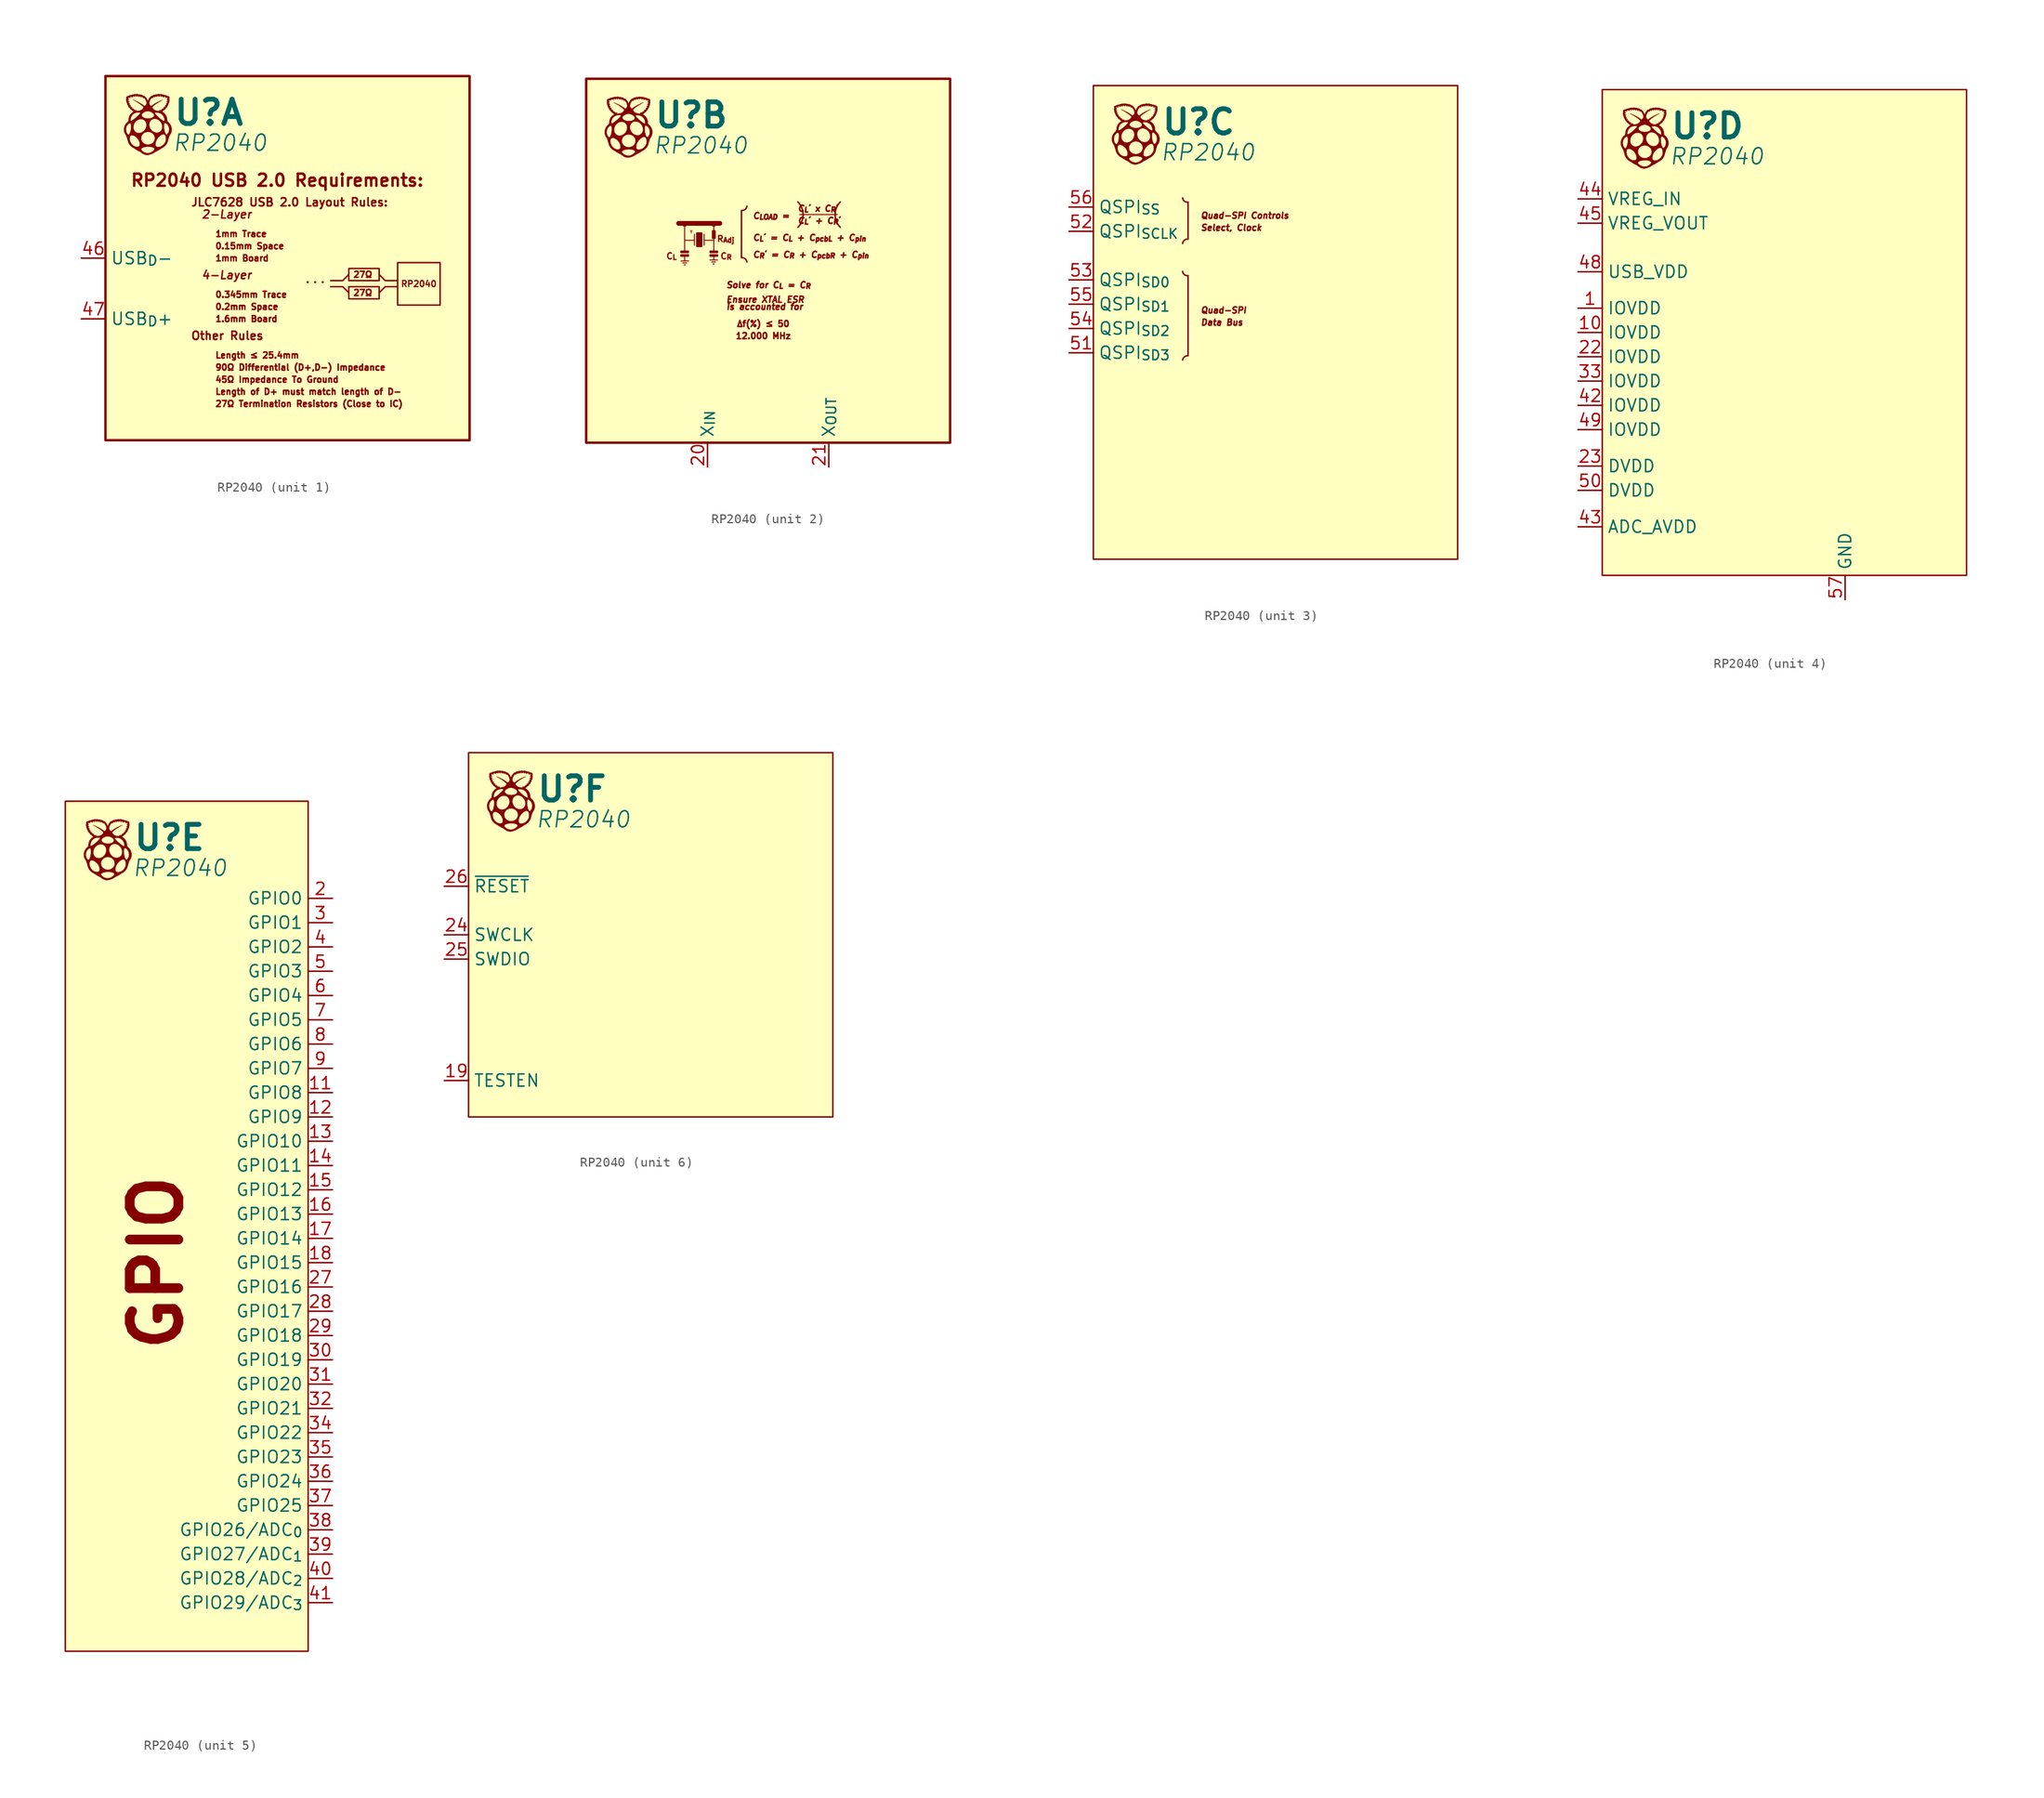
<source format=kicad_sym>
(kicad_symbol_lib
  (version 20211014)
  (generator kicad_symbol_editor)
  (symbol "RP2040"
    (property "Reference" "U"
      (at 6.985 -3.81 0)
      (effects (font (size 2.54 2.54) bold) (justify left)))
    (property "Value" "RP2040"
      (at 6.985 -6.985 0)
      (effects (font (size 1.693 1.693) italic) (justify left)))
    (property "ki_locked" ""
      (at 0 0 0)
      (effects (font (size 1.27 1.27))))
    (symbol "RP2040_0_0"
      (polyline (pts (xy 4.445 -8.255) (xy 4.526 -8.241) (xy 4.619 -8.218) (xy 4.728 -8.184) (xy 4.827 -8.149) (xy 4.951 -8.095) (xy 5.064 -8.034) (xy 5.159 -7.971) (xy 5.161 -7.969) (xy 5.218 -7.931) (xy 5.285 -7.893) (xy 5.346 -7.863) (xy 5.381 -7.847) (xy 5.497 -7.79) (xy 5.613 -7.723) (xy 5.738 -7.64) (xy 5.774 -7.616) (xy 5.838 -7.576) (xy 5.9 -7.539) (xy 5.951 -7.512) (xy 5.973 -7.5) (xy 6.1 -7.421) (xy 6.217 -7.322) (xy 6.322 -7.207) (xy 6.41 -7.079) (xy 6.422 -7.058) (xy 6.448 -7.006) (xy 6.473 -6.945) (xy 6.498 -6.883) (xy 6.518 -6.824) (xy 6.531 -6.775) (xy 6.536 -6.743) (xy 6.539 -6.73) (xy 6.548 -6.695) (xy 6.563 -6.644) (xy 6.582 -6.583) (xy 6.605 -6.514) (xy 6.622 -6.46) (xy 6.643 -6.396) (xy 6.659 -6.343) (xy 6.67 -6.304) (xy 6.673 -6.284) (xy 6.674 -6.279) (xy 6.686 -6.252) (xy 6.708 -6.215) (xy 6.737 -6.172) (xy 6.763 -6.135) (xy 6.835 -6.016) (xy 6.885 -5.899) (xy 6.917 -5.776) (xy 6.932 -5.642) (xy 6.933 -5.604) (xy 6.924 -5.452) (xy 6.892 -5.305) (xy 6.839 -5.164) (xy 6.766 -5.034) (xy 6.676 -4.917) (xy 6.568 -4.816) (xy 6.551 -4.802) (xy 6.514 -4.768) (xy 6.489 -4.735) (xy 6.473 -4.696) (xy 6.464 -4.645) (xy 6.457 -4.575) (xy 6.451 -4.504) (xy 6.423 -4.348) (xy 6.377 -4.206) (xy 6.311 -4.079) (xy 6.223 -3.962) (xy 6.114 -3.855) (xy 5.982 -3.755) (xy 5.965 -3.744) (xy 5.933 -3.72) (xy 5.914 -3.703) (xy 5.913 -3.697) (xy 5.926 -3.694) (xy 5.958 -3.683) (xy 5.996 -3.667) (xy 6.024 -3.653) (xy 6.061 -3.624) (xy 6.086 -3.588) (xy 6.096 -3.571) (xy 6.124 -3.54) (xy 6.167 -3.517) (xy 6.206 -3.498) (xy 6.252 -3.461) (xy 6.288 -3.418) (xy 6.307 -3.375) (xy 6.309 -3.37) (xy 6.328 -3.339) (xy 6.362 -3.309) (xy 6.368 -3.304) (xy 6.424 -3.252) (xy 6.464 -3.195) (xy 6.483 -3.136) (xy 6.485 -3.125) (xy 6.492 -3.097) (xy 6.501 -3.086) (xy 6.507 -3.083) (xy 6.526 -3.064) (xy 6.549 -3.034) (xy 6.557 -3.023) (xy 6.58 -2.977) (xy 6.586 -2.93) (xy 6.588 -2.904) (xy 6.602 -2.858) (xy 6.631 -2.804) (xy 6.65 -2.771) (xy 6.665 -2.737) (xy 6.67 -2.708) (xy 6.668 -2.675) (xy 6.666 -2.654) (xy 6.67 -2.615) (xy 6.686 -2.581) (xy 6.702 -2.546) (xy 6.71 -2.494) (xy 6.707 -2.443) (xy 6.691 -2.402) (xy 6.691 -2.402) (xy 6.679 -2.38) (xy 6.678 -2.356) (xy 6.686 -2.319) (xy 6.696 -2.255) (xy 6.684 -2.195) (xy 6.652 -2.147) (xy 6.628 -2.131) (xy 6.589 -2.112) (xy 6.546 -2.099) (xy 6.509 -2.092) (xy 6.485 -2.096) (xy 6.482 -2.097) (xy 6.463 -2.091) (xy 6.439 -2.072) (xy 6.4 -2.042) (xy 6.328 -2.012) (xy 6.244 -2.001) (xy 6.214 -2) (xy 6.17 -1.991) (xy 6.13 -1.97) (xy 6.085 -1.947) (xy 6.026 -1.939) (xy 6.023 -1.939) (xy 5.969 -1.931) (xy 5.919 -1.914) (xy 5.868 -1.896) (xy 5.797 -1.89) (xy 5.729 -1.902) (xy 5.722 -1.905) (xy 5.688 -1.909) (xy 5.653 -1.896) (xy 5.613 -1.882) (xy 5.546 -1.879) (xy 5.474 -1.9) (xy 5.468 -1.902) (xy 5.414 -1.917) (xy 5.351 -1.917) (xy 5.316 -1.915) (xy 5.272 -1.921) (xy 5.23 -1.938) (xy 5.187 -1.954) (xy 5.112 -1.964) (xy 5.076 -1.966) (xy 5.032 -1.976) (xy 4.986 -2.001) (xy 4.962 -2.017) (xy 4.934 -2.041) (xy 4.92 -2.057) (xy 4.904 -2.071) (xy 4.867 -2.076) (xy 4.867 -2.076) (xy 4.824 -2.083) (xy 4.785 -2.099) (xy 4.776 -2.105) (xy 4.709 -2.158) (xy 4.643 -2.231) (xy 4.579 -2.317) (xy 4.521 -2.412) (xy 4.474 -2.512) (xy 4.434 -2.608) (xy 4.399 -2.52) (xy 4.374 -2.463) (xy 4.319 -2.361) (xy 4.256 -2.267) (xy 4.191 -2.189) (xy 4.189 -2.187) (xy 4.133 -2.135) (xy 4.086 -2.1) (xy 4.044 -2.082) (xy 4.002 -2.076) (xy 3.966 -2.071) (xy 3.947 -2.058) (xy 3.94 -2.048) (xy 3.917 -2.026) (xy 3.883 -2.002) (xy 3.85 -1.982) (xy 3.809 -1.968) (xy 3.759 -1.964) (xy 3.709 -1.96) (xy 3.641 -1.938) (xy 3.613 -1.925) (xy 3.572 -1.916) (xy 3.52 -1.917) (xy 3.512 -1.918) (xy 3.451 -1.916) (xy 3.396 -1.9) (xy 3.347 -1.883) (xy 3.279 -1.878) (xy 3.218 -1.896) (xy 3.211 -1.899) (xy 3.177 -1.909) (xy 3.142 -1.902) (xy 3.087 -1.891) (xy 3.016 -1.893) (xy 2.951 -1.914) (xy 2.949 -1.915) (xy 2.898 -1.932) (xy 2.845 -1.939) (xy 2.793 -1.945) (xy 2.741 -1.97) (xy 2.719 -1.983) (xy 2.679 -1.997) (xy 2.626 -2.001) (xy 2.571 -2.006) (xy 2.495 -2.028) (xy 2.434 -2.069) (xy 2.408 -2.087) (xy 2.361 -2.099) (xy 2.33 -2.101) (xy 2.264 -2.119) (xy 2.215 -2.152) (xy 2.184 -2.2) (xy 2.173 -2.258) (xy 2.184 -2.325) (xy 2.193 -2.355) (xy 2.192 -2.379) (xy 2.18 -2.402) (xy 2.166 -2.433) (xy 2.16 -2.484) (xy 2.162 -2.497) (xy 2.334 -2.497) (xy 2.337 -2.495) (xy 2.357 -2.493) (xy 2.39 -2.496) (xy 2.405 -2.498) (xy 2.432 -2.499) (xy 2.444 -2.493) (xy 2.446 -2.477) (xy 2.446 -2.473) (xy 2.437 -2.445) (xy 2.42 -2.404) (xy 2.398 -2.357) (xy 2.349 -2.263) (xy 2.485 -2.263) (xy 2.532 -2.263) (xy 2.578 -2.261) (xy 2.609 -2.258) (xy 2.621 -2.254) (xy 2.621 -2.252) (xy 2.61 -2.236) (xy 2.588 -2.212) (xy 2.556 -2.178) (xy 2.604 -2.168) (xy 2.631 -2.166) (xy 2.683 -2.168) (xy 2.74 -2.175) (xy 2.787 -2.184) (xy 2.831 -2.192) (xy 2.861 -2.197) (xy 2.882 -2.198) (xy 2.895 -2.185) (xy 2.891 -2.161) (xy 2.867 -2.129) (xy 2.839 -2.099) (xy 2.889 -2.108) (xy 2.919 -2.114) (xy 2.969 -2.126) (xy 3.02 -2.139) (xy 3.075 -2.152) (xy 3.109 -2.153) (xy 3.122 -2.143) (xy 3.112 -2.121) (xy 3.081 -2.087) (xy 3.071 -2.077) (xy 3.055 -2.058) (xy 3.055 -2.051) (xy 3.067 -2.053) (xy 3.102 -2.062) (xy 3.148 -2.077) (xy 3.198 -2.095) (xy 3.244 -2.114) (xy 3.278 -2.131) (xy 3.296 -2.14) (xy 3.323 -2.152) (xy 3.337 -2.154) (xy 3.339 -2.152) (xy 3.345 -2.128) (xy 3.34 -2.099) (xy 3.326 -2.076) (xy 3.315 -2.066) (xy 3.307 -2.049) (xy 3.308 -2.047) (xy 3.325 -2.049) (xy 3.354 -2.062) (xy 3.392 -2.084) (xy 3.434 -2.111) (xy 3.475 -2.141) (xy 3.479 -2.144) (xy 3.511 -2.169) (xy 3.531 -2.18) (xy 3.543 -2.179) (xy 3.554 -2.167) (xy 3.563 -2.146) (xy 3.563 -2.11) (xy 3.56 -2.09) (xy 3.565 -2.082) (xy 3.583 -2.09) (xy 3.584 -2.09) (xy 3.607 -2.107) (xy 3.64 -2.135) (xy 3.677 -2.169) (xy 3.7 -2.191) (xy 3.726 -2.215) (xy 3.742 -2.224) (xy 3.752 -2.221) (xy 3.762 -2.209) (xy 3.771 -2.19) (xy 3.772 -2.154) (xy 3.769 -2.14) (xy 3.772 -2.13) (xy 3.789 -2.136) (xy 3.796 -2.141) (xy 3.821 -2.163) (xy 3.854 -2.197) (xy 3.891 -2.237) (xy 3.911 -2.259) (xy 3.944 -2.293) (xy 3.969 -2.317) (xy 3.982 -2.325) (xy 3.982 -2.325) (xy 3.992 -2.314) (xy 4.001 -2.288) (xy 4.001 -2.287) (xy 4.009 -2.261) (xy 4.019 -2.251) (xy 4.021 -2.251) (xy 4.039 -2.266) (xy 4.065 -2.296) (xy 4.098 -2.339) (xy 4.133 -2.389) (xy 4.168 -2.442) (xy 4.199 -2.494) (xy 4.224 -2.54) (xy 4.241 -2.578) (xy 4.281 -2.69) (xy 4.298 -2.792) (xy 4.295 -2.845) (xy 4.588 -2.845) (xy 4.592 -2.751) (xy 4.615 -2.651) (xy 4.657 -2.545) (xy 4.716 -2.437) (xy 4.793 -2.329) (xy 4.801 -2.318) (xy 4.831 -2.284) (xy 4.854 -2.26) (xy 4.866 -2.251) (xy 4.866 -2.251) (xy 4.875 -2.262) (xy 4.884 -2.288) (xy 4.893 -2.316) (xy 4.901 -2.33) (xy 4.904 -2.33) (xy 4.92 -2.317) (xy 4.946 -2.291) (xy 4.978 -2.255) (xy 4.987 -2.245) (xy 5.023 -2.204) (xy 5.056 -2.17) (xy 5.081 -2.149) (xy 5.115 -2.124) (xy 5.115 -2.166) (xy 5.118 -2.203) (xy 5.13 -2.223) (xy 5.151 -2.22) (xy 5.181 -2.193) (xy 5.193 -2.18) (xy 5.232 -2.144) (xy 5.272 -2.112) (xy 5.327 -2.075) (xy 5.32 -2.11) (xy 5.319 -2.135) (xy 5.331 -2.169) (xy 5.341 -2.181) (xy 5.353 -2.184) (xy 5.37 -2.174) (xy 5.4 -2.149) (xy 5.43 -2.126) (xy 5.469 -2.099) (xy 5.508 -2.075) (xy 5.543 -2.056) (xy 5.567 -2.047) (xy 5.576 -2.049) (xy 5.573 -2.058) (xy 5.558 -2.076) (xy 5.556 -2.078) (xy 5.543 -2.102) (xy 5.539 -2.132) (xy 5.546 -2.154) (xy 5.556 -2.154) (xy 5.583 -2.144) (xy 5.618 -2.126) (xy 5.655 -2.108) (xy 5.704 -2.087) (xy 5.756 -2.069) (xy 5.8 -2.056) (xy 5.83 -2.051) (xy 5.832 -2.053) (xy 5.824 -2.067) (xy 5.803 -2.09) (xy 5.802 -2.091) (xy 5.772 -2.124) (xy 5.763 -2.145) (xy 5.774 -2.155) (xy 5.808 -2.152) (xy 5.864 -2.139) (xy 5.904 -2.129) (xy 5.955 -2.116) (xy 5.994 -2.108) (xy 6.044 -2.099) (xy 6.016 -2.129) (xy 5.999 -2.15) (xy 5.988 -2.181) (xy 5.994 -2.203) (xy 5.994 -2.203) (xy 6.009 -2.203) (xy 6.042 -2.197) (xy 6.084 -2.187) (xy 6.117 -2.179) (xy 6.179 -2.169) (xy 6.235 -2.165) (xy 6.281 -2.166) (xy 6.309 -2.174) (xy 6.313 -2.177) (xy 6.313 -2.191) (xy 6.293 -2.213) (xy 6.291 -2.216) (xy 6.27 -2.238) (xy 6.262 -2.253) (xy 6.271 -2.256) (xy 6.3 -2.26) (xy 6.344 -2.262) (xy 6.399 -2.263) (xy 6.447 -2.264) (xy 6.493 -2.265) (xy 6.525 -2.268) (xy 6.536 -2.271) (xy 6.536 -2.272) (xy 6.528 -2.288) (xy 6.511 -2.313) (xy 6.507 -2.32) (xy 6.482 -2.362) (xy 6.46 -2.408) (xy 6.443 -2.45) (xy 6.437 -2.48) (xy 6.437 -2.484) (xy 6.442 -2.496) (xy 6.458 -2.499) (xy 6.493 -2.496) (xy 6.51 -2.494) (xy 6.538 -2.493) (xy 6.549 -2.496) (xy 6.548 -2.5) (xy 6.536 -2.526) (xy 6.51 -2.562) (xy 6.475 -2.6) (xy 6.436 -2.637) (xy 6.405 -2.663) (xy 6.387 -2.683) (xy 6.384 -2.694) (xy 6.393 -2.703) (xy 6.397 -2.704) (xy 6.426 -2.71) (xy 6.463 -2.708) (xy 6.474 -2.707) (xy 6.498 -2.705) (xy 6.504 -2.712) (xy 6.497 -2.729) (xy 6.493 -2.734) (xy 6.473 -2.759) (xy 6.441 -2.793) (xy 6.404 -2.831) (xy 6.388 -2.846) (xy 6.356 -2.878) (xy 6.333 -2.903) (xy 6.324 -2.915) (xy 6.326 -2.917) (xy 6.343 -2.922) (xy 6.374 -2.924) (xy 6.386 -2.924) (xy 6.413 -2.928) (xy 6.424 -2.935) (xy 6.424 -2.936) (xy 6.413 -2.95) (xy 6.388 -2.974) (xy 6.353 -3.004) (xy 6.315 -3.035) (xy 6.278 -3.063) (xy 6.248 -3.083) (xy 6.245 -3.084) (xy 6.222 -3.101) (xy 6.212 -3.112) (xy 6.214 -3.115) (xy 6.233 -3.122) (xy 6.265 -3.129) (xy 6.318 -3.138) (xy 6.275 -3.175) (xy 6.272 -3.177) (xy 6.237 -3.202) (xy 6.19 -3.231) (xy 6.141 -3.258) (xy 6.127 -3.265) (xy 6.088 -3.287) (xy 6.061 -3.304) (xy 6.05 -3.313) (xy 6.052 -3.316) (xy 6.071 -3.324) (xy 6.103 -3.333) (xy 6.156 -3.344) (xy 6.077 -3.383) (xy 6.034 -3.402) (xy 5.98 -3.423) (xy 5.936 -3.437) (xy 5.901 -3.448) (xy 5.879 -3.463) (xy 5.882 -3.479) (xy 5.91 -3.497) (xy 5.944 -3.513) (xy 5.907 -3.53) (xy 5.882 -3.537) (xy 5.837 -3.547) (xy 5.788 -3.553) (xy 5.776 -3.554) (xy 5.708 -3.562) (xy 5.662 -3.569) (xy 5.635 -3.577) (xy 5.627 -3.587) (xy 5.633 -3.601) (xy 5.651 -3.619) (xy 5.668 -3.635) (xy 5.676 -3.65) (xy 5.675 -3.652) (xy 5.66 -3.657) (xy 5.625 -3.658) (xy 5.568 -3.654) (xy 5.487 -3.646) (xy 5.361 -3.626) (xy 5.231 -3.588) (xy 5.119 -3.534) (xy 5.027 -3.464) (xy 5 -3.436) (xy 4.964 -3.389) (xy 4.933 -3.34) (xy 4.911 -3.294) (xy 4.903 -3.26) (xy 4.905 -3.253) (xy 4.922 -3.228) (xy 4.955 -3.192) (xy 4.999 -3.149) (xy 5.052 -3.101) (xy 5.111 -3.051) (xy 5.172 -3.003) (xy 5.23 -2.96) (xy 5.331 -2.888) (xy 5.436 -2.818) (xy 5.549 -2.748) (xy 5.675 -2.673) (xy 5.819 -2.591) (xy 5.87 -2.563) (xy 5.923 -2.533) (xy 5.964 -2.509) (xy 5.989 -2.493) (xy 5.996 -2.488) (xy 5.992 -2.489) (xy 5.967 -2.497) (xy 5.925 -2.513) (xy 5.871 -2.533) (xy 5.809 -2.558) (xy 5.788 -2.566) (xy 5.611 -2.642) (xy 5.436 -2.727) (xy 5.267 -2.818) (xy 5.108 -2.912) (xy 4.965 -3.007) (xy 4.842 -3.1) (xy 4.829 -3.11) (xy 4.806 -3.125) (xy 4.787 -3.126) (xy 4.764 -3.116) (xy 4.756 -3.112) (xy 4.721 -3.089) (xy 4.686 -3.061) (xy 4.637 -3.004) (xy 4.603 -2.93) (xy 4.588 -2.845) (xy 4.295 -2.845) (xy 4.293 -2.886) (xy 4.266 -2.969) (xy 4.216 -3.041) (xy 4.145 -3.102) (xy 4.092 -3.138) (xy 3.977 -3.051) (xy 3.888 -2.987) (xy 3.704 -2.869) (xy 3.503 -2.756) (xy 3.292 -2.651) (xy 3.074 -2.558) (xy 3.041 -2.545) (xy 2.983 -2.522) (xy 2.935 -2.504) (xy 2.901 -2.492) (xy 2.887 -2.488) (xy 2.891 -2.492) (xy 2.914 -2.506) (xy 2.952 -2.529) (xy 3.003 -2.558) (xy 3.064 -2.591) (xy 3.111 -2.618) (xy 3.288 -2.72) (xy 3.444 -2.816) (xy 3.582 -2.908) (xy 3.704 -2.997) (xy 3.812 -3.084) (xy 3.909 -3.172) (xy 3.917 -3.18) (xy 3.949 -3.215) (xy 3.972 -3.243) (xy 3.98 -3.261) (xy 3.975 -3.286) (xy 3.956 -3.33) (xy 3.926 -3.379) (xy 3.889 -3.428) (xy 3.85 -3.47) (xy 3.801 -3.51) (xy 3.719 -3.561) (xy 3.624 -3.599) (xy 3.512 -3.628) (xy 3.38 -3.647) (xy 3.347 -3.65) (xy 3.287 -3.656) (xy 3.247 -3.659) (xy 3.222 -3.658) (xy 3.21 -3.654) (xy 3.207 -3.648) (xy 3.212 -3.638) (xy 3.232 -3.622) (xy 3.253 -3.606) (xy 3.258 -3.589) (xy 3.24 -3.574) (xy 3.204 -3.564) (xy 3.151 -3.56) (xy 3.135 -3.559) (xy 3.094 -3.554) (xy 3.047 -3.546) (xy 3.003 -3.536) (xy 2.968 -3.527) (xy 2.95 -3.519) (xy 2.949 -3.517) (xy 2.959 -3.506) (xy 2.983 -3.491) (xy 3 -3.482) (xy 3.012 -3.469) (xy 3.005 -3.457) (xy 2.977 -3.445) (xy 2.927 -3.429) (xy 2.897 -3.42) (xy 2.839 -3.398) (xy 2.79 -3.376) (xy 2.727 -3.343) (xy 2.78 -3.332) (xy 2.794 -3.329) (xy 2.822 -3.32) (xy 2.833 -3.313) (xy 2.831 -3.311) (xy 2.814 -3.298) (xy 2.782 -3.278) (xy 2.739 -3.255) (xy 2.73 -3.25) (xy 2.68 -3.222) (xy 2.636 -3.194) (xy 2.605 -3.172) (xy 2.565 -3.138) (xy 2.618 -3.129) (xy 2.632 -3.126) (xy 2.66 -3.119) (xy 2.671 -3.112) (xy 2.671 -3.111) (xy 2.66 -3.099) (xy 2.636 -3.083) (xy 2.633 -3.081) (xy 2.601 -3.06) (xy 2.564 -3.032) (xy 2.526 -3.001) (xy 2.492 -2.971) (xy 2.468 -2.948) (xy 2.459 -2.935) (xy 2.46 -2.933) (xy 2.478 -2.926) (xy 2.509 -2.924) (xy 2.52 -2.924) (xy 2.548 -2.92) (xy 2.559 -2.914) (xy 2.557 -2.911) (xy 2.542 -2.893) (xy 2.515 -2.864) (xy 2.48 -2.83) (xy 2.467 -2.818) (xy 2.43 -2.781) (xy 2.402 -2.749) (xy 2.386 -2.728) (xy 2.378 -2.71) (xy 2.383 -2.704) (xy 2.408 -2.708) (xy 2.441 -2.71) (xy 2.48 -2.706) (xy 2.515 -2.697) (xy 2.448 -2.636) (xy 2.406 -2.596) (xy 2.369 -2.555) (xy 2.344 -2.52) (xy 2.334 -2.497) (xy 2.162 -2.497) (xy 2.166 -2.538) (xy 2.184 -2.584) (xy 2.188 -2.59) (xy 2.203 -2.63) (xy 2.202 -2.678) (xy 2.2 -2.7) (xy 2.203 -2.729) (xy 2.215 -2.761) (xy 2.24 -2.804) (xy 2.259 -2.838) (xy 2.279 -2.886) (xy 2.284 -2.93) (xy 2.285 -2.941) (xy 2.295 -2.987) (xy 2.322 -3.034) (xy 2.336 -3.053) (xy 2.357 -3.077) (xy 2.37 -3.086) (xy 2.373 -3.087) (xy 2.381 -3.105) (xy 2.388 -3.136) (xy 2.389 -3.143) (xy 2.41 -3.201) (xy 2.452 -3.258) (xy 2.509 -3.309) (xy 2.516 -3.314) (xy 2.547 -3.345) (xy 2.563 -3.375) (xy 2.576 -3.407) (xy 2.609 -3.451) (xy 2.654 -3.49) (xy 2.704 -3.517) (xy 2.723 -3.526) (xy 2.759 -3.55) (xy 2.785 -3.588) (xy 2.797 -3.609) (xy 2.828 -3.64) (xy 2.874 -3.667) (xy 2.902 -3.679) (xy 2.937 -3.692) (xy 2.958 -3.697) (xy 2.958 -3.701) (xy 2.943 -3.715) (xy 2.913 -3.739) (xy 2.871 -3.768) (xy 2.816 -3.807) (xy 2.699 -3.906) (xy 2.603 -4.014) (xy 2.528 -4.134) (xy 2.472 -4.268) (xy 2.434 -4.416) (xy 2.413 -4.582) (xy 2.413 -4.593) (xy 2.407 -4.643) (xy 2.623 -4.643) (xy 2.624 -4.604) (xy 2.627 -4.555) (xy 2.644 -4.432) (xy 2.684 -4.293) (xy 2.743 -4.17) (xy 2.82 -4.062) (xy 2.914 -3.973) (xy 3.023 -3.901) (xy 3.148 -3.848) (xy 3.286 -3.816) (xy 3.438 -3.804) (xy 3.452 -3.804) (xy 3.528 -3.805) (xy 3.583 -3.809) (xy 3.618 -3.817) (xy 3.638 -3.828) (xy 3.643 -3.844) (xy 3.643 -3.85) (xy 3.629 -3.886) (xy 3.598 -3.934) (xy 3.551 -3.992) (xy 3.503 -4.046) (xy 3.785 -4.046) (xy 3.797 -4.009) (xy 3.834 -3.948) (xy 3.889 -3.888) (xy 3.961 -3.831) (xy 4.044 -3.78) (xy 4.135 -3.736) (xy 4.231 -3.703) (xy 4.327 -3.68) (xy 4.42 -3.672) (xy 4.459 -3.674) (xy 4.562 -3.689) (xy 4.671 -3.72) (xy 4.778 -3.762) (xy 4.875 -3.814) (xy 4.944 -3.864) (xy 5.159 -3.864) (xy 5.164 -3.843) (xy 5.171 -3.839) (xy 5.203 -3.832) (xy 5.254 -3.827) (xy 5.321 -3.824) (xy 5.437 -3.825) (xy 5.549 -3.838) (xy 5.654 -3.866) (xy 5.76 -3.91) (xy 5.838 -3.955) (xy 5.937 -4.033) (xy 6.021 -4.129) (xy 6.088 -4.238) (xy 6.137 -4.357) (xy 6.166 -4.482) (xy 6.172 -4.612) (xy 6.171 -4.63) (xy 6.167 -4.672) (xy 6.16 -4.695) (xy 6.15 -4.703) (xy 6.136 -4.703) (xy 6.091 -4.692) (xy 6.032 -4.664) (xy 5.961 -4.623) (xy 5.88 -4.568) (xy 5.791 -4.503) (xy 5.696 -4.427) (xy 5.598 -4.344) (xy 5.499 -4.254) (xy 5.4 -4.159) (xy 5.328 -4.085) (xy 5.257 -4.008) (xy 5.205 -3.946) (xy 5.172 -3.898) (xy 5.159 -3.864) (xy 4.944 -3.864) (xy 4.957 -3.873) (xy 5.007 -3.924) (xy 5.051 -3.986) (xy 5.079 -4.047) (xy 5.09 -4.102) (xy 5.089 -4.116) (xy 5.072 -4.18) (xy 5.032 -4.241) (xy 4.972 -4.297) (xy 4.95 -4.313) (xy 4.872 -4.356) (xy 4.78 -4.389) (xy 4.669 -4.414) (xy 4.666 -4.415) (xy 4.524 -4.431) (xy 4.381 -4.43) (xy 4.242 -4.414) (xy 4.114 -4.383) (xy 4.001 -4.337) (xy 3.968 -4.319) (xy 3.902 -4.27) (xy 3.848 -4.215) (xy 3.808 -4.157) (xy 3.787 -4.099) (xy 3.785 -4.046) (xy 3.503 -4.046) (xy 3.492 -4.058) (xy 3.423 -4.129) (xy 3.345 -4.204) (xy 3.261 -4.28) (xy 3.174 -4.355) (xy 3.086 -4.428) (xy 2.999 -4.495) (xy 2.915 -4.555) (xy 2.838 -4.606) (xy 2.768 -4.646) (xy 2.739 -4.659) (xy 2.687 -4.678) (xy 2.648 -4.681) (xy 2.627 -4.668) (xy 2.626 -4.666) (xy 2.623 -4.643) (xy 2.407 -4.643) (xy 2.406 -4.659) (xy 2.394 -4.707) (xy 2.376 -4.745) (xy 2.346 -4.779) (xy 2.303 -4.816) (xy 2.279 -4.835) (xy 2.174 -4.941) (xy 2.086 -5.061) (xy 2.018 -5.195) (xy 1.969 -5.338) (xy 1.943 -5.488) (xy 1.942 -5.527) (xy 2.151 -5.527) (xy 2.167 -5.397) (xy 2.203 -5.279) (xy 2.261 -5.171) (xy 2.34 -5.071) (xy 2.347 -5.063) (xy 2.419 -4.994) (xy 2.481 -4.947) (xy 2.535 -4.923) (xy 2.579 -4.921) (xy 2.612 -4.941) (xy 2.639 -4.983) (xy 2.661 -5.049) (xy 2.675 -5.132) (xy 2.681 -5.227) (xy 2.681 -5.333) (xy 2.679 -5.359) (xy 2.923 -5.359) (xy 2.933 -5.232) (xy 2.963 -5.102) (xy 3.016 -4.97) (xy 3.032 -4.938) (xy 3.06 -4.887) (xy 3.091 -4.843) (xy 3.129 -4.798) (xy 3.181 -4.745) (xy 3.263 -4.67) (xy 3.368 -4.597) (xy 3.477 -4.546) (xy 3.592 -4.517) (xy 3.717 -4.508) (xy 3.771 -4.51) (xy 3.887 -4.531) (xy 3.991 -4.574) (xy 4.083 -4.638) (xy 4.161 -4.721) (xy 4.223 -4.824) (xy 4.231 -4.841) (xy 4.272 -4.963) (xy 4.286 -5.063) (xy 4.582 -5.063) (xy 4.598 -4.938) (xy 4.626 -4.84) (xy 4.678 -4.735) (xy 4.747 -4.644) (xy 4.831 -4.571) (xy 4.929 -4.516) (xy 5.037 -4.482) (xy 5.155 -4.47) (xy 5.214 -4.472) (xy 5.299 -4.484) (xy 5.383 -4.508) (xy 5.476 -4.548) (xy 5.492 -4.555) (xy 5.543 -4.583) (xy 5.588 -4.614) (xy 5.634 -4.653) (xy 5.689 -4.706) (xy 5.712 -4.729) (xy 5.758 -4.779) (xy 5.793 -4.824) (xy 5.823 -4.872) (xy 5.853 -4.931) (xy 5.859 -4.944) (xy 5.913 -5.08) (xy 5.941 -5.203) (xy 6.127 -5.203) (xy 6.129 -5.147) (xy 6.133 -5.088) (xy 6.139 -5.044) (xy 6.147 -5.009) (xy 6.159 -4.978) (xy 6.159 -4.978) (xy 6.188 -4.929) (xy 6.22 -4.903) (xy 6.258 -4.899) (xy 6.305 -4.918) (xy 6.32 -4.926) (xy 6.377 -4.967) (xy 6.437 -5.022) (xy 6.494 -5.084) (xy 6.542 -5.146) (xy 6.596 -5.246) (xy 6.635 -5.362) (xy 6.656 -5.485) (xy 6.659 -5.611) (xy 6.643 -5.734) (xy 6.61 -5.852) (xy 6.559 -5.959) (xy 6.491 -6.053) (xy 6.469 -6.077) (xy 6.429 -6.108) (xy 6.394 -6.117) (xy 6.36 -6.104) (xy 6.324 -6.07) (xy 6.322 -6.067) (xy 6.284 -6.014) (xy 6.25 -5.945) (xy 6.218 -5.858) (xy 6.187 -5.748) (xy 6.177 -5.708) (xy 6.145 -5.54) (xy 6.129 -5.376) (xy 6.127 -5.203) (xy 5.941 -5.203) (xy 5.943 -5.212) (xy 5.949 -5.34) (xy 5.932 -5.465) (xy 5.892 -5.582) (xy 5.835 -5.685) (xy 5.759 -5.772) (xy 5.668 -5.841) (xy 5.563 -5.89) (xy 5.481 -5.912) (xy 5.365 -5.922) (xy 5.248 -5.91) (xy 5.133 -5.877) (xy 5.021 -5.825) (xy 4.917 -5.755) (xy 4.822 -5.668) (xy 4.74 -5.566) (xy 4.672 -5.45) (xy 4.669 -5.444) (xy 4.617 -5.313) (xy 4.588 -5.187) (xy 4.582 -5.063) (xy 4.286 -5.063) (xy 4.29 -5.09) (xy 4.283 -5.219) (xy 4.252 -5.353) (xy 4.197 -5.491) (xy 4.182 -5.521) (xy 4.153 -5.573) (xy 4.122 -5.617) (xy 4.084 -5.663) (xy 4.032 -5.717) (xy 3.981 -5.765) (xy 3.882 -5.842) (xy 3.781 -5.897) (xy 3.674 -5.935) (xy 3.667 -5.937) (xy 3.572 -5.952) (xy 3.471 -5.953) (xy 3.373 -5.941) (xy 3.283 -5.917) (xy 3.209 -5.882) (xy 3.187 -5.867) (xy 3.094 -5.789) (xy 3.021 -5.697) (xy 2.968 -5.594) (xy 2.935 -5.48) (xy 2.923 -5.359) (xy 2.679 -5.359) (xy 2.674 -5.444) (xy 2.661 -5.558) (xy 2.642 -5.671) (xy 2.618 -5.779) (xy 2.589 -5.88) (xy 2.555 -5.968) (xy 2.518 -6.042) (xy 2.476 -6.096) (xy 2.463 -6.109) (xy 2.428 -6.134) (xy 2.396 -6.139) (xy 2.362 -6.121) (xy 2.322 -6.082) (xy 2.256 -5.994) (xy 2.202 -5.884) (xy 2.167 -5.762) (xy 2.151 -5.624) (xy 2.151 -5.527) (xy 1.942 -5.527) (xy 1.939 -5.642) (xy 1.939 -5.646) (xy 1.956 -5.787) (xy 1.992 -5.918) (xy 2.049 -6.042) (xy 2.129 -6.165) (xy 2.175 -6.239) (xy 2.204 -6.315) (xy 2.205 -6.32) (xy 2.217 -6.362) (xy 2.234 -6.419) (xy 2.255 -6.484) (xy 2.269 -6.528) (xy 2.532 -6.528) (xy 2.535 -6.459) (xy 2.549 -6.367) (xy 2.576 -6.296) (xy 2.616 -6.245) (xy 2.671 -6.211) (xy 2.735 -6.195) (xy 2.819 -6.195) (xy 2.909 -6.214) (xy 3.002 -6.25) (xy 3.097 -6.302) (xy 3.189 -6.368) (xy 3.277 -6.446) (xy 3.358 -6.534) (xy 3.378 -6.561) (xy 3.732 -6.561) (xy 3.732 -6.453) (xy 3.751 -6.347) (xy 3.788 -6.246) (xy 3.84 -6.151) (xy 3.909 -6.064) (xy 3.992 -5.989) (xy 4.088 -5.926) (xy 4.197 -5.879) (xy 4.317 -5.849) (xy 4.448 -5.838) (xy 4.529 -5.842) (xy 4.66 -5.866) (xy 4.782 -5.911) (xy 4.892 -5.976) (xy 4.988 -6.059) (xy 5.067 -6.159) (xy 5.099 -6.213) (xy 5.143 -6.324) (xy 5.165 -6.441) (xy 5.165 -6.559) (xy 5.143 -6.675) (xy 5.101 -6.785) (xy 5.039 -6.888) (xy 4.956 -6.978) (xy 4.898 -7.023) (xy 4.816 -7.074) (xy 4.728 -7.116) (xy 4.692 -7.128) (xy 5.237 -7.128) (xy 5.242 -7.045) (xy 5.263 -6.93) (xy 5.301 -6.811) (xy 5.357 -6.684) (xy 5.383 -6.635) (xy 5.463 -6.511) (xy 5.561 -6.394) (xy 5.68 -6.281) (xy 5.732 -6.237) (xy 5.823 -6.172) (xy 5.906 -6.127) (xy 5.984 -6.101) (xy 6.06 -6.092) (xy 6.101 -6.094) (xy 6.16 -6.11) (xy 6.209 -6.144) (xy 6.249 -6.198) (xy 6.284 -6.274) (xy 6.3 -6.33) (xy 6.314 -6.413) (xy 6.322 -6.506) (xy 6.324 -6.602) (xy 6.319 -6.692) (xy 6.307 -6.768) (xy 6.297 -6.807) (xy 6.249 -6.925) (xy 6.181 -7.037) (xy 6.096 -7.141) (xy 5.998 -7.234) (xy 5.889 -7.311) (xy 5.773 -7.37) (xy 5.654 -7.407) (xy 5.629 -7.412) (xy 5.559 -7.422) (xy 5.496 -7.422) (xy 5.429 -7.412) (xy 5.419 -7.41) (xy 5.349 -7.386) (xy 5.298 -7.347) (xy 5.262 -7.293) (xy 5.243 -7.22) (xy 5.237 -7.128) (xy 4.692 -7.128) (xy 4.646 -7.144) (xy 4.533 -7.163) (xy 4.397 -7.166) (xy 4.265 -7.147) (xy 4.141 -7.105) (xy 4.027 -7.042) (xy 3.925 -6.958) (xy 3.853 -6.875) (xy 3.792 -6.774) (xy 3.752 -6.668) (xy 3.732 -6.561) (xy 3.378 -6.561) (xy 3.429 -6.63) (xy 3.487 -6.733) (xy 3.497 -6.753) (xy 3.538 -6.852) (xy 3.566 -6.941) (xy 3.581 -7.028) (xy 3.586 -7.12) (xy 3.586 -7.134) (xy 3.585 -7.187) (xy 3.58 -7.226) (xy 3.571 -7.256) (xy 3.556 -7.288) (xy 3.546 -7.304) (xy 3.514 -7.342) (xy 3.482 -7.368) (xy 3.46 -7.378) (xy 3.408 -7.39) (xy 3.344 -7.396) (xy 3.275 -7.397) (xy 3.208 -7.393) (xy 3.152 -7.382) (xy 3.139 -7.378) (xy 3.011 -7.327) (xy 2.895 -7.255) (xy 2.792 -7.165) (xy 2.703 -7.059) (xy 2.631 -6.94) (xy 2.578 -6.81) (xy 2.544 -6.672) (xy 2.532 -6.528) (xy 2.269 -6.528) (xy 2.277 -6.552) (xy 2.284 -6.572) (xy 2.304 -6.633) (xy 2.32 -6.685) (xy 2.33 -6.723) (xy 2.334 -6.743) (xy 2.336 -6.758) (xy 2.345 -6.799) (xy 2.363 -6.853) (xy 2.385 -6.915) (xy 2.41 -6.977) (xy 2.436 -7.034) (xy 2.46 -7.079) (xy 2.474 -7.102) (xy 2.566 -7.228) (xy 2.673 -7.341) (xy 2.793 -7.437) (xy 2.92 -7.512) (xy 2.921 -7.512) (xy 2.98 -7.544) (xy 3.045 -7.582) (xy 3.101 -7.62) (xy 3.146 -7.651) (xy 3.154 -7.656) (xy 3.733 -7.656) (xy 3.743 -7.62) (xy 3.769 -7.582) (xy 3.822 -7.537) (xy 3.896 -7.495) (xy 3.989 -7.46) (xy 4.096 -7.43) (xy 4.215 -7.407) (xy 4.342 -7.393) (xy 4.474 -7.388) (xy 4.55 -7.39) (xy 4.664 -7.399) (xy 4.772 -7.416) (xy 4.87 -7.439) (xy 4.955 -7.467) (xy 5.027 -7.5) (xy 5.081 -7.537) (xy 5.115 -7.577) (xy 5.127 -7.619) (xy 5.126 -7.636) (xy 5.107 -7.688) (xy 5.068 -7.745) (xy 5.014 -7.803) (xy 4.948 -7.861) (xy 4.872 -7.914) (xy 4.79 -7.962) (xy 4.706 -8.001) (xy 4.622 -8.028) (xy 4.585 -8.036) (xy 4.521 -8.046) (xy 4.455 -8.053) (xy 4.397 -8.056) (xy 4.354 -8.054) (xy 4.333 -8.05) (xy 4.186 -8.016) (xy 4.055 -7.965) (xy 3.939 -7.896) (xy 3.833 -7.808) (xy 3.815 -7.79) (xy 3.768 -7.738) (xy 3.741 -7.695) (xy 3.733 -7.656) (xy 3.154 -7.656) (xy 3.283 -7.74) (xy 3.412 -7.811) (xy 3.538 -7.869) (xy 3.55 -7.874) (xy 3.629 -7.917) (xy 3.704 -7.972) (xy 3.781 -8.035) (xy 3.922 -8.128) (xy 4.065 -8.196) (xy 4.211 -8.24) (xy 4.222 -8.242) (xy 4.298 -8.255) (xy 4.371 -8.259) (xy 4.445 -8.255)) (stroke (width 0.01) (type default) (color 0 0 0 0)) (fill (type outline))))
    (symbol "RP2040_1_1"
      (polyline (pts (xy 25.463 -22.669) (xy 24.828 -22.035) (xy 23.558 -22.035)) (stroke (width 0) (type default) (color 0 0 0 0)) (fill (type none)))
      (polyline (pts (xy 25.463 -20.765) (xy 24.828 -21.399) (xy 23.558 -21.399)) (stroke (width 0) (type default) (color 0 0 0 0)) (fill (type none)))
      (polyline (pts (xy 28.639 -22.669) (xy 29.273 -22.035) (xy 30.544 -22.035)) (stroke (width 0) (type default) (color 0 0 0 0)) (fill (type none)))
      (polyline (pts (xy 28.639 -20.765) (xy 29.273 -21.399) (xy 30.544 -21.399)) (stroke (width 0) (type default) (color 0 0 0 0)) (fill (type none)))
      (rectangle (start 0 0) (end 38.1 -38.1) (stroke (width 0.254) (type default) (color 0 0 0 0)) (fill (type background)))
      (rectangle (start 25.463 -23.305) (end 28.639 -22.035) (stroke (width 0) (type default) (color 0 0 0 0)) (fill (type background)))
      (rectangle (start 25.463 -21.399) (end 28.639 -20.13) (stroke (width 0) (type default) (color 0 0 0 0)) (fill (type background)))
      (rectangle (start 35.016 -19.515) (end 30.571 -23.96) (stroke (width 0) (type default) (color 0 0 0 0)) (fill (type background)))
      (text ". . ." (at 21.945 -20.932 0) (effects (font (size 0.635 0.635)) (justify top)))
      (text "0.15mm Space" (at 11.43 -17.78 0) (effects (font (size 0.635 0.635)) (justify left)))
      (text "0.2mm Space" (at 11.43 -24.13 0) (effects (font (size 0.635 0.635)) (justify left)))
      (text "0.345mm Trace" (at 11.43 -22.86 0) (effects (font (size 0.635 0.635)) (justify left)))
      (text "1.6mm Board" (at 11.43 -25.4 0) (effects (font (size 0.635 0.635)) (justify left)))
      (text "1mm Board" (at 11.43 -19.05 0) (effects (font (size 0.635 0.635)) (justify left)))
      (text "1mm Trace" (at 11.43 -16.51 0) (effects (font (size 0.635 0.635)) (justify left)))
      (text "2-Layer" (at 12.7 -13.97 0) (effects (font (size 0.847 0.847) italic) (justify top)))
      (text "27Ω" (at 28.003 -22.669 0) (effects (font (size 0.635 0.635)) (justify right)))
      (text "27Ω" (at 28.003 -20.765 0) (effects (font (size 0.635 0.635)) (justify right)))
      (text "27Ω Termination Resistors (Close to IC)" (at 11.43 -34.29 0) (effects (font (size 0.635 0.635)) (justify left)))
      (text "4-Layer" (at 12.7 -20.32 0) (effects (font (size 0.847 0.847) italic) (justify top)))
      (text "45Ω Impedance To Ground" (at 11.43 -31.75 0) (effects (font (size 0.635 0.635)) (justify left)))
      (text "90Ω Differential (D+,D-) Impedance" (at 11.43 -30.48 0) (effects (font (size 0.635 0.635)) (justify left)))
      (text "JLC7628 USB 2.0 Layout Rules:" (at 8.89 -12.7 0) (effects (font (size 0.847 0.847) bold) (justify left top)))
      (text "Length of D+ must match length of D-" (at 11.43 -33.02 0) (effects (font (size 0.635 0.635)) (justify left)))
      (text "Length ≤ 25.4mm" (at 11.43 -29.21 0) (effects (font (size 0.635 0.635)) (justify left)))
      (text "Other Rules" (at 8.89 -26.67 0) (effects (font (size 0.847 0.847) bold) (justify left top)))
      (text "RP2040" (at 32.793 -21.738 0) (effects (font (size 0.635 0.635) bold)))
      (text "RP2040 USB 2.0 Requirements:" (at 2.54 -10.16 0) (effects (font (size 1.27 1.27) bold) (justify left top)))
      (pin bidirectional line (at -2.54 -19.05 0) (length 2.54) (name "USB_{D}-" (effects (font (size 1.27 1.27)))) (number "46" (effects (font (size 1.27 1.27)))))
      (pin bidirectional line (at -2.54 -25.4 0) (length 2.54) (name "USB_{D}+" (effects (font (size 1.27 1.27)))) (number "47" (effects (font (size 1.27 1.27))))))
    (symbol "RP2040_2_1"
      (polyline (pts (xy 9.931 -19.075) (xy 10.719 -19.075)) (stroke (width 0.1) (type default) (color 0 0 0 0)) (fill (type none)))
      (polyline (pts (xy 10.262 -19.482) (xy 10.389 -19.482)) (stroke (width 0.1) (type default) (color 0 0 0 0)) (fill (type none)))
      (polyline (pts (xy 10.312 -19.075) (xy 10.312 -18.669)) (stroke (width 0.1) (type default) (color 0 0 0 0)) (fill (type none)))
      (polyline (pts (xy 10.312 -16.916) (xy 10.312 -15.519)) (stroke (width 0.1) (type default) (color 0 0 0 0)) (fill (type none)))
      (polyline (pts (xy 10.516 -19.279) (xy 10.109 -19.279)) (stroke (width 0.1) (type default) (color 0 0 0 0)) (fill (type none)))
      (polyline (pts (xy 11.328 -16.281) (xy 11.328 -17.424)) (stroke (width 0.1) (type default) (color 0 0 0 0)) (fill (type none)))
      (polyline (pts (xy 12.344 -16.281) (xy 12.344 -17.424)) (stroke (width 0.1) (type default) (color 0 0 0 0)) (fill (type none)))
      (polyline (pts (xy 12.954 -18.974) (xy 13.741 -18.974)) (stroke (width 0.1) (type default) (color 0 0 0 0)) (fill (type none)))
      (polyline (pts (xy 13.284 -19.38) (xy 13.411 -19.38)) (stroke (width 0.1) (type default) (color 0 0 0 0)) (fill (type none)))
      (polyline (pts (xy 13.36 -18.948) (xy 13.36 -18.542)) (stroke (width 0.1) (type default) (color 0 0 0 0)) (fill (type none)))
      (polyline (pts (xy 13.36 -16.916) (xy 13.36 -15.519)) (stroke (width 0.1) (type default) (color 0 0 0 0)) (fill (type none)))
      (polyline (pts (xy 13.538 -19.177) (xy 13.132 -19.177)) (stroke (width 0.1) (type default) (color 0 0 0 0)) (fill (type none)))
      (polyline (pts (xy 16.256 -13.843) (xy 16.256 -18.669)) (stroke (width 0) (type default) (color 0 0 0 0)) (fill (type none)))
      (polyline (pts (xy 22.352 -14.224) (xy 26.289 -14.224)) (stroke (width 0.1) (type default) (color 0 0 0 0)) (fill (type none)))
      (polyline (pts (xy 10.312 -18.059) (xy 10.312 -16.916) (xy 11.328 -16.916)) (stroke (width 0.1) (type default) (color 0 0 0 0)) (fill (type none)))
      (polyline (pts (xy 13.36 -18.059) (xy 13.36 -16.916) (xy 12.344 -16.916)) (stroke (width 0.1) (type default) (color 0 0 0 0)) (fill (type none)))
      (polyline (pts (xy 10.312 -15.24) (xy 10.312 -15.138) (xy 9.677 -15.138) (xy 13.36 -15.138) (xy 13.36 -15.24) (xy 13.36 -15.138) (xy 13.995 -15.138)) (stroke (width 0.5) (type default) (color 0 0 0 0)) (fill (type none)))
      (rectangle (start 0 0) (end 38.1 -38.1) (stroke (width 0.254) (type default) (color 0 0 0 0)) (fill (type background)))
      (rectangle (start 9.931 -18.44) (end 10.693 -18.567) (stroke (width 0) (type default) (color 0 0 0 0)) (fill (type outline)))
      (rectangle (start 9.931 -18.059) (end 10.693 -18.186) (stroke (width 0) (type default) (color 0 0 0 0)) (fill (type outline)))
      (rectangle (start 11.582 -16.154) (end 12.09 -17.551) (stroke (width 0) (type default) (color 0 0 0 0)) (fill (type outline)))
      (rectangle (start 12.979 -18.44) (end 13.741 -18.567) (stroke (width 0) (type default) (color 0 0 0 0)) (fill (type outline)))
      (rectangle (start 12.979 -18.059) (end 13.741 -18.186) (stroke (width 0) (type default) (color 0 0 0 0)) (fill (type outline)))
      (rectangle (start 13.233 -15.926) (end 13.487 -16.688) (stroke (width 0) (type default) (color 0 0 0 0)) (fill (type outline)))
      (arc (start 16.2568 -13.7821) (mid 17.077 -14.2467) (end 16.8313 -13.3366) (stroke (width 0) (type default) (color 0 0 0 0)) (fill (type none)))
      (arc (start 16.8264 -19.1786) (mid 17.0791 -18.2637) (end 16.2549 -18.7341) (stroke (width 0) (type default) (color 0 0 0 0)) (fill (type none)))
      (arc (start 22.1573 -15.5575) (mid 25.3838 -14.224) (end 22.1573 -12.8905) (stroke (width 0) (type default) (color 0 0 0 0)) (fill (type none)))
      (arc (start 26.6107 -12.8905) (mid 23.3842 -14.224) (end 26.6107 -15.5575) (stroke (width 0) (type default) (color 0 0 0 0)) (fill (type none)))
      (text "12.000 MHz" (at 18.542 -26.924 0) (effects (font (size 0.635 0.635))))
      (text "C_{LOAD} =" (at 17.399 -14.351 0) (effects (font (size 0.635 0.635) italic) (justify left)))
      (text "C_{L}" (at 9.55 -18.567 0) (effects (font (size 0.635 0.635) bold) (justify right)))
      (text "C_{L}^{'} + C_{R}^{'}" (at 22.098 -14.859 0) (effects (font (size 0.635 0.635) italic) (justify left)))
      (text "C_{L}^{'} = C_{L} + C_{pcbL} + C_{pin}" (at 17.399 -16.637 0) (effects (font (size 0.635 0.635) italic) (justify left)))
      (text "C_{L}^{'} x C_{R}^{'}" (at 22.098 -13.589 0) (effects (font (size 0.635 0.635) italic) (justify left)))
      (text "C_{R}" (at 13.995 -18.567 0) (effects (font (size 0.635 0.635) bold) (justify left)))
      (text "C_{R}^{'} = C_{R} + C_{pcbR} + C_{pin}" (at 17.399 -18.415 0) (effects (font (size 0.635 0.635) italic) (justify left)))
      (text "Ensure XTAL ESR " (at 14.605 -23.114 0) (effects (font (size 0.635 0.635) italic) (justify left)))
      (text "is accounted for" (at 14.605 -23.495 0) (effects (font (size 0.635 0.635) italic) (justify left top)))
      (text "R_{Adj}" (at 13.64 -16.764 0) (effects (font (size 0.635 0.635) bold) (justify left)))
      (text "Solve for C_{L} = C_{R}" (at 14.605 -21.59 0) (effects (font (size 0.635 0.635) italic) (justify left)))
      (text "Y" (at 10.82 -16.027 0) (effects (font (size 0.318 0.318) bold) (justify left)))
      (text "Δf(%) ≤ 50" (at 18.542 -25.654 0) (effects (font (size 0.635 0.635))))
      (pin input line (at 12.7 -40.64 90) (length 2.54) (name "X_{IN}" (effects (font (size 1.27 1.27)))) (number "20" (effects (font (size 1.27 1.27)))))
      (pin passive line (at 25.4 -40.64 90) (length 2.54) (name "X_{OUT}" (effects (font (size 1.27 1.27)))) (number "21" (effects (font (size 1.27 1.27))))))
    (symbol "RP2040_3_1"
      (polyline (pts (xy 9.906 -28.194) (xy 9.907 -19.876)) (stroke (width 0) (type default) (color 0 0 0 0)) (fill (type none)))
      (polyline (pts (xy 9.906 -16.002) (xy 9.906 -12.192)) (stroke (width 0) (type default) (color 0 0 0 0)) (fill (type none)))
      (rectangle (start 0 0) (end 38.1 -49.53) (stroke (width 0) (type default) (color 0 0 0 0)) (fill (type background)))
      (arc (start 9.3315 -11.7465) (mid 9.0857 -12.6483) (end 9.906 -12.192) (stroke (width 0) (type default) (color 0 0 0 0)) (fill (type none)))
      (arc (start 9.3325 -19.4305) (mid 9.0905 -20.3356) (end 9.907 -19.876) (stroke (width 0) (type default) (color 0 0 0 0)) (fill (type none)))
      (arc (start 9.906 -16.067) (mid 9.0841 -15.5973) (end 9.3345 -16.5115) (stroke (width 0) (type default) (color 0 0 0 0)) (fill (type none)))
      (arc (start 9.907 -28.258) (mid 9.0879 -27.7847) (end 9.3355 -28.7025) (stroke (width 0) (type default) (color 0 0 0 0)) (fill (type none)))
      (text "Data Bus" (at 11.176 -24.765 0) (effects (font (size 0.635 0.635) italic) (justify left)))
      (text "Quad-SPI" (at 11.176 -23.495 0) (effects (font (size 0.635 0.635) italic) (justify left)))
      (text "Quad-SPI Controls" (at 11.176 -13.589 0) (effects (font (size 0.635 0.635) italic) (justify left)))
      (text "Select, Clock" (at 11.176 -14.859 0) (effects (font (size 0.635 0.635) italic) (justify left)))
      (pin bidirectional line (at -2.54 -27.94 0) (length 2.54) (name "QSPI_{SD3}" (effects (font (size 1.27 1.27)))) (number "51" (effects (font (size 1.27 1.27)))))
      (pin output line (at -2.54 -15.24 0) (length 2.54) (name "QSPI_{SCLK}" (effects (font (size 1.27 1.27)))) (number "52" (effects (font (size 1.27 1.27)))))
      (pin bidirectional line (at -2.54 -20.32 0) (length 2.54) (name "QSPI_{SD0}" (effects (font (size 1.27 1.27)))) (number "53" (effects (font (size 1.27 1.27)))))
      (pin bidirectional line (at -2.54 -25.4 0) (length 2.54) (name "QSPI_{SD2}" (effects (font (size 1.27 1.27)))) (number "54" (effects (font (size 1.27 1.27)))))
      (pin bidirectional line (at -2.54 -22.86 0) (length 2.54) (name "QSPI_{SD1}" (effects (font (size 1.27 1.27)))) (number "55" (effects (font (size 1.27 1.27)))))
      (pin bidirectional line (at -2.54 -12.7 0) (length 2.54) (name "QSPI_{SS}" (effects (font (size 1.27 1.27)))) (number "56" (effects (font (size 1.27 1.27))))))
    (symbol "RP2040_4_1"
      (rectangle (start 0 0) (end 38.1 -50.8) (stroke (width 0) (type default) (color 0 0 0 0)) (fill (type background)))
      (pin power_in line (at -2.54 -22.86 0) (length 2.54) (name "IOVDD" (effects (font (size 1.27 1.27)))) (number "1" (effects (font (size 1.27 1.27)))))
      (pin power_in line (at -2.54 -25.4 0) (length 2.54) (name "IOVDD" (effects (font (size 1.27 1.27)))) (number "10" (effects (font (size 1.27 1.27)))))
      (pin power_in line (at -2.54 -27.94 0) (length 2.54) (name "IOVDD" (effects (font (size 1.27 1.27)))) (number "22" (effects (font (size 1.27 1.27)))))
      (pin power_in line (at -2.54 -39.37 0) (length 2.54) (name "DVDD" (effects (font (size 1.27 1.27)))) (number "23" (effects (font (size 1.27 1.27)))))
      (pin power_in line (at -2.54 -30.48 0) (length 2.54) (name "IOVDD" (effects (font (size 1.27 1.27)))) (number "33" (effects (font (size 1.27 1.27)))))
      (pin power_in line (at -2.54 -33.02 0) (length 2.54) (name "IOVDD" (effects (font (size 1.27 1.27)))) (number "42" (effects (font (size 1.27 1.27)))))
      (pin power_in line (at -2.54 -45.72 0) (length 2.54) (name "ADC_AVDD" (effects (font (size 1.27 1.27)))) (number "43" (effects (font (size 1.27 1.27)))))
      (pin power_in line (at -2.54 -11.43 0) (length 2.54) (name "VREG_IN" (effects (font (size 1.27 1.27)))) (number "44" (effects (font (size 1.27 1.27)))))
      (pin power_out line (at -2.54 -13.97 0) (length 2.54) (name "VREG_VOUT" (effects (font (size 1.27 1.27)))) (number "45" (effects (font (size 1.27 1.27)))))
      (pin power_in line (at -2.54 -19.05 0) (length 2.54) (name "USB_VDD" (effects (font (size 1.27 1.27)))) (number "48" (effects (font (size 1.27 1.27)))))
      (pin power_in line (at -2.54 -35.56 0) (length 2.54) (name "IOVDD" (effects (font (size 1.27 1.27)))) (number "49" (effects (font (size 1.27 1.27)))))
      (pin power_in line (at -2.54 -41.91 0) (length 2.54) (name "DVDD" (effects (font (size 1.27 1.27)))) (number "50" (effects (font (size 1.27 1.27)))))
      (pin power_in line (at 25.4 -53.34 90) (length 2.54) (name "GND" (effects (font (size 1.27 1.27)))) (number "57" (effects (font (size 1.27 1.27))))))
    (symbol "RP2040_5_1"
      (rectangle (start 0 0) (end 25.4 -88.9) (stroke (width 0) (type default) (color 0 0 0 0)) (fill (type background)))
      (text "GPIO" (at 9.525 -48.26 900) (effects (font (size 5.08 5.08) bold)))
      (pin bidirectional line (at 27.94 -30.48 180) (length 2.54) (name "GPIO8" (effects (font (size 1.27 1.27)))) (number "11" (effects (font (size 1.27 1.27)))))
      (pin bidirectional line (at 27.94 -33.02 180) (length 2.54) (name "GPIO9" (effects (font (size 1.27 1.27)))) (number "12" (effects (font (size 1.27 1.27)))))
      (pin bidirectional line (at 27.94 -35.56 180) (length 2.54) (name "GPIO10" (effects (font (size 1.27 1.27)))) (number "13" (effects (font (size 1.27 1.27)))))
      (pin bidirectional line (at 27.94 -38.1 180) (length 2.54) (name "GPIO11" (effects (font (size 1.27 1.27)))) (number "14" (effects (font (size 1.27 1.27)))))
      (pin bidirectional line (at 27.94 -40.64 180) (length 2.54) (name "GPIO12" (effects (font (size 1.27 1.27)))) (number "15" (effects (font (size 1.27 1.27)))))
      (pin bidirectional line (at 27.94 -43.18 180) (length 2.54) (name "GPIO13" (effects (font (size 1.27 1.27)))) (number "16" (effects (font (size 1.27 1.27)))))
      (pin bidirectional line (at 27.94 -45.72 180) (length 2.54) (name "GPIO14" (effects (font (size 1.27 1.27)))) (number "17" (effects (font (size 1.27 1.27)))))
      (pin bidirectional line (at 27.94 -48.26 180) (length 2.54) (name "GPIO15" (effects (font (size 1.27 1.27)))) (number "18" (effects (font (size 1.27 1.27)))))
      (pin bidirectional line (at 27.94 -10.16 180) (length 2.54) (name "GPIO0" (effects (font (size 1.27 1.27)))) (number "2" (effects (font (size 1.27 1.27)))))
      (pin bidirectional line (at 27.94 -50.8 180) (length 2.54) (name "GPIO16" (effects (font (size 1.27 1.27)))) (number "27" (effects (font (size 1.27 1.27)))))
      (pin bidirectional line (at 27.94 -53.34 180) (length 2.54) (name "GPIO17" (effects (font (size 1.27 1.27)))) (number "28" (effects (font (size 1.27 1.27)))))
      (pin bidirectional line (at 27.94 -55.88 180) (length 2.54) (name "GPIO18" (effects (font (size 1.27 1.27)))) (number "29" (effects (font (size 1.27 1.27)))))
      (pin bidirectional line (at 27.94 -12.7 180) (length 2.54) (name "GPIO1" (effects (font (size 1.27 1.27)))) (number "3" (effects (font (size 1.27 1.27)))))
      (pin bidirectional line (at 27.94 -58.42 180) (length 2.54) (name "GPIO19" (effects (font (size 1.27 1.27)))) (number "30" (effects (font (size 1.27 1.27)))))
      (pin bidirectional line (at 27.94 -60.96 180) (length 2.54) (name "GPIO20" (effects (font (size 1.27 1.27)))) (number "31" (effects (font (size 1.27 1.27)))) (alternate "CLK_GPIN_0" input line))
      (pin bidirectional line (at 27.94 -63.5 180) (length 2.54) (name "GPIO21" (effects (font (size 1.27 1.27)))) (number "32" (effects (font (size 1.27 1.27)))) (alternate "CLK_GPOUT_0" output line))
      (pin bidirectional line (at 27.94 -66.04 180) (length 2.54) (name "GPIO22" (effects (font (size 1.27 1.27)))) (number "34" (effects (font (size 1.27 1.27)))) (alternate "CLK_GPIN_1" input line))
      (pin bidirectional line (at 27.94 -68.58 180) (length 2.54) (name "GPIO23" (effects (font (size 1.27 1.27)))) (number "35" (effects (font (size 1.27 1.27)))) (alternate "CLK_GPOUT_2" output line))
      (pin bidirectional line (at 27.94 -71.12 180) (length 2.54) (name "GPIO24" (effects (font (size 1.27 1.27)))) (number "36" (effects (font (size 1.27 1.27)))) (alternate "CLK_GPOUT_2" output line))
      (pin bidirectional line (at 27.94 -73.66 180) (length 2.54) (name "GPIO25" (effects (font (size 1.27 1.27)))) (number "37" (effects (font (size 1.27 1.27)))) (alternate "CLK_GPOUT_3" bidirectional line))
      (pin bidirectional line (at 27.94 -76.2 180) (length 2.54) (name "GPIO26/ADC_{0}" (effects (font (size 1.27 1.27)))) (number "38" (effects (font (size 1.27 1.27)))))
      (pin bidirectional line (at 27.94 -78.74 180) (length 2.54) (name "GPIO27/ADC_{1}" (effects (font (size 1.27 1.27)))) (number "39" (effects (font (size 1.27 1.27)))))
      (pin bidirectional line (at 27.94 -15.24 180) (length 2.54) (name "GPIO2" (effects (font (size 1.27 1.27)))) (number "4" (effects (font (size 1.27 1.27)))))
      (pin bidirectional line (at 27.94 -81.28 180) (length 2.54) (name "GPIO28/ADC_{2}" (effects (font (size 1.27 1.27)))) (number "40" (effects (font (size 1.27 1.27)))))
      (pin bidirectional line (at 27.94 -83.82 180) (length 2.54) (name "GPIO29/ADC_{3}" (effects (font (size 1.27 1.27)))) (number "41" (effects (font (size 1.27 1.27)))))
      (pin bidirectional line (at 27.94 -17.78 180) (length 2.54) (name "GPIO3" (effects (font (size 1.27 1.27)))) (number "5" (effects (font (size 1.27 1.27)))))
      (pin bidirectional line (at 27.94 -20.32 180) (length 2.54) (name "GPIO4" (effects (font (size 1.27 1.27)))) (number "6" (effects (font (size 1.27 1.27)))))
      (pin bidirectional line (at 27.94 -22.86 180) (length 2.54) (name "GPIO5" (effects (font (size 1.27 1.27)))) (number "7" (effects (font (size 1.27 1.27)))))
      (pin bidirectional line (at 27.94 -25.4 180) (length 2.54) (name "GPIO6" (effects (font (size 1.27 1.27)))) (number "8" (effects (font (size 1.27 1.27)))))
      (pin bidirectional line (at 27.94 -27.94 180) (length 2.54) (name "GPIO7" (effects (font (size 1.27 1.27)))) (number "9" (effects (font (size 1.27 1.27))))))
    (symbol "RP2040_6_1"
      (rectangle (start 0 0) (end 38.1 -38.1) (stroke (width 0) (type default) (color 0 0 0 0)) (fill (type background)))
      (pin unspecified line (at -2.54 -34.29 0) (length 2.54) (name "TESTEN" (effects (font (size 1.27 1.27)))) (number "19" (effects (font (size 1.27 1.27)))))
      (pin unspecified line (at -2.54 -19.05 0) (length 2.54) (name "SWCLK" (effects (font (size 1.27 1.27)))) (number "24" (effects (font (size 1.27 1.27)))))
      (pin bidirectional line (at -2.54 -21.59 0) (length 2.54) (name "SWDIO" (effects (font (size 1.27 1.27)))) (number "25" (effects (font (size 1.27 1.27)))))
      (pin input line (at -2.54 -13.97 0) (length 2.54) (name "~{RESET}" (effects (font (size 1.27 1.27)))) (number "26" (effects (font (size 1.27 1.27))))))))
</source>
